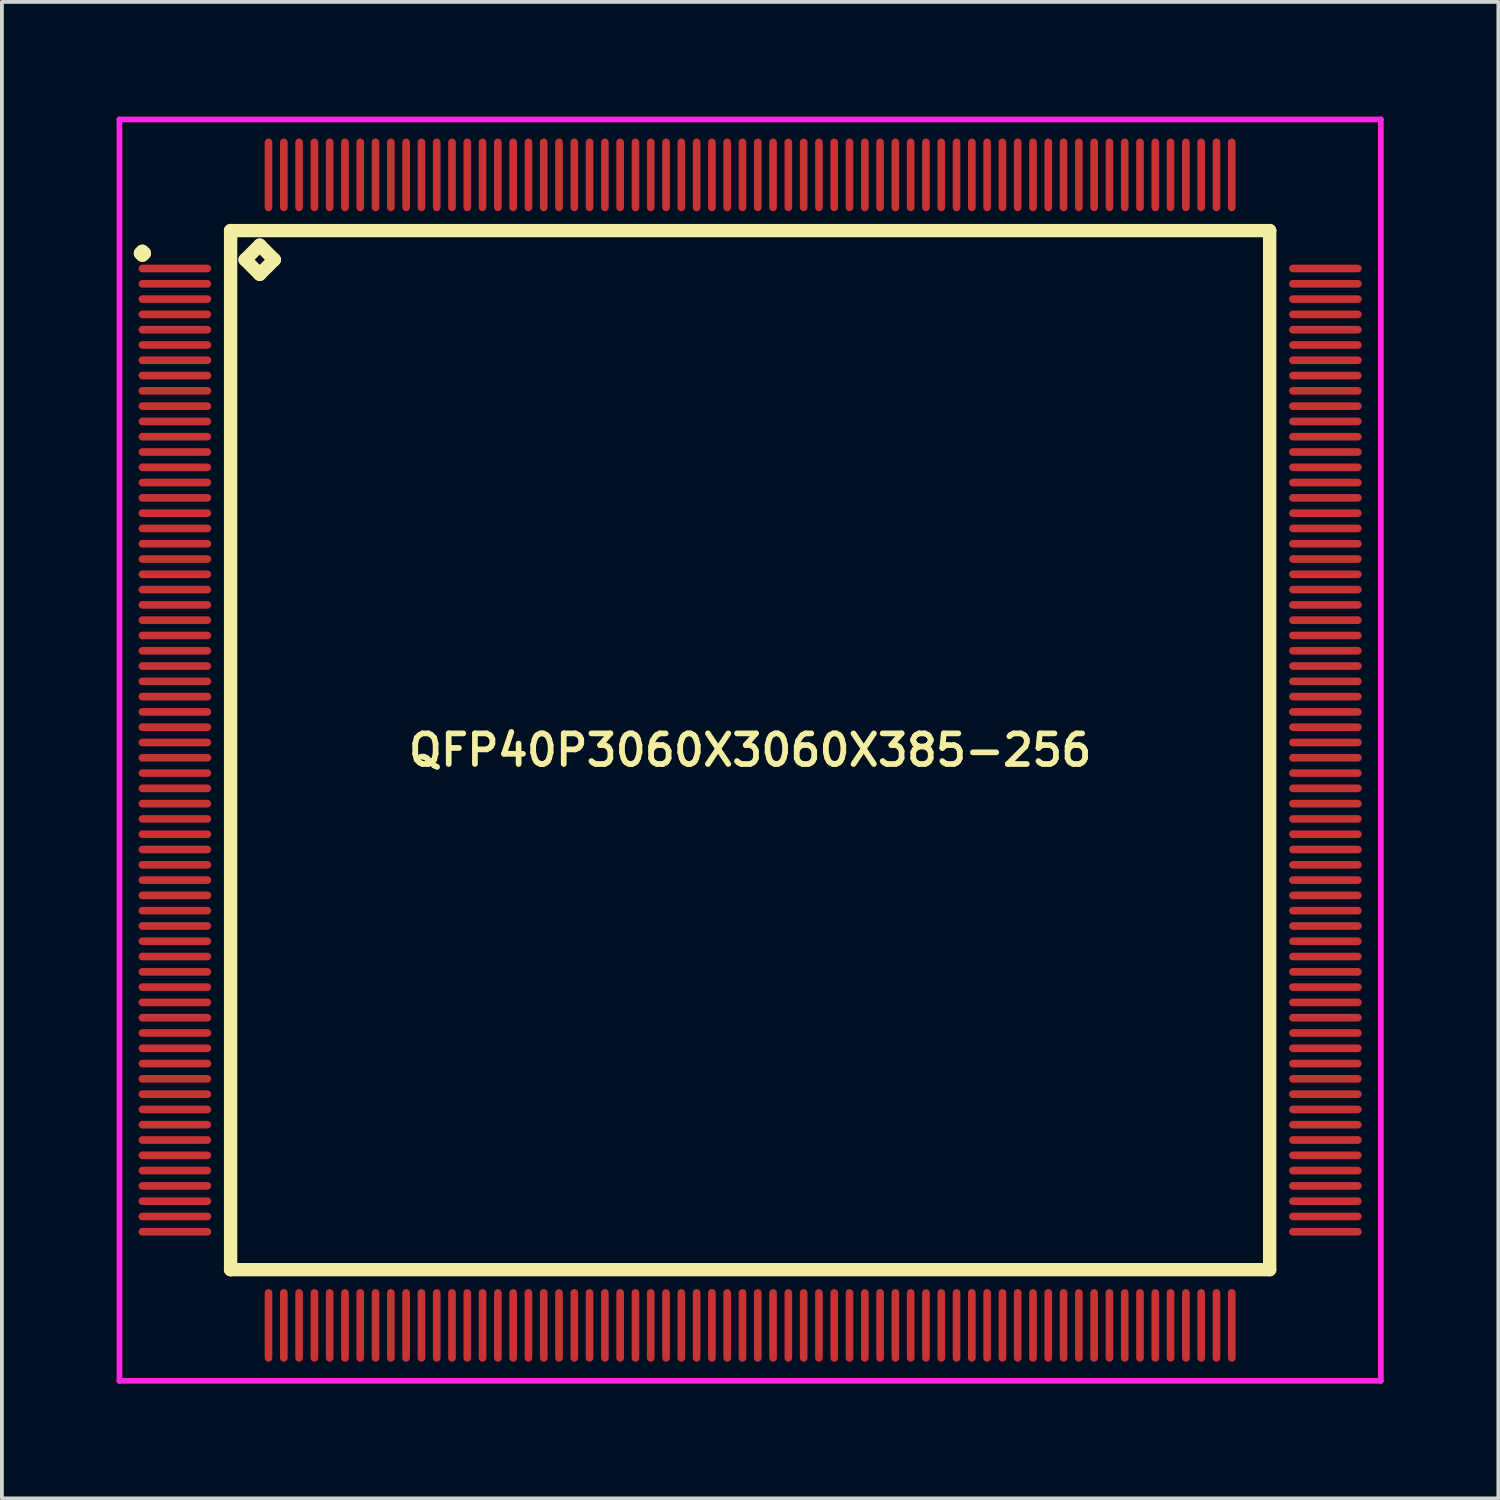
<source format=kicad_pcb>
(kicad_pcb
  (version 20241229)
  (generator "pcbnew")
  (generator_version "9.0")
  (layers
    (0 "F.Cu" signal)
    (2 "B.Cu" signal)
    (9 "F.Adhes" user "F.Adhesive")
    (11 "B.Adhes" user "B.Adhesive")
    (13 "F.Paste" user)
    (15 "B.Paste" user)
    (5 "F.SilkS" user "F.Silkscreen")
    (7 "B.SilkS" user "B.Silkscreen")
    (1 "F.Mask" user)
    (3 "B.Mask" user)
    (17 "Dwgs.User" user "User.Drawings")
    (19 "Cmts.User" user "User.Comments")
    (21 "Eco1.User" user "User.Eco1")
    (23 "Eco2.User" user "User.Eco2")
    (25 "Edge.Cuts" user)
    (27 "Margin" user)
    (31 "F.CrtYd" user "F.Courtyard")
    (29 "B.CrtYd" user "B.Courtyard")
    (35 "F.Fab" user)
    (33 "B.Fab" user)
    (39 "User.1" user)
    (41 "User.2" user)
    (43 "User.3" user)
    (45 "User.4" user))
  (footprint "QFP40P3060X3060X385-256"
    (layer "F.Cu")
    (at 16.575 16.575)
    (property "Reference" "QFP40P3060X3060X385-256" (at 0 0 0) (layer "F.SilkS") (effects (font (size 0.8 0.8) (thickness 0.15))))
    (attr smd)
    (fp_line (start -15.95 -13) (end -15.9 -13.05) (stroke (width 0.35) (type solid)) (layer "F.SilkS"))
    (fp_line (start -15.9 -13.05) (end -15.85 -13) (stroke (width 0.35) (type solid)) (layer "F.SilkS"))
    (fp_line (start -15.9 -12.95) (end -15.95 -13) (stroke (width 0.35) (type solid)) (layer "F.SilkS"))
    (fp_line (start -15.85 -13) (end -15.9 -12.95) (stroke (width 0.35) (type solid)) (layer "F.SilkS"))
    (fp_line (start -13.592 -13.592) (end -13.592 13.592) (stroke (width 0.35) (type solid)) (layer "F.SilkS"))
    (fp_line (start -13.592 13.592) (end 13.592 13.592) (stroke (width 0.35) (type solid)) (layer "F.SilkS"))
    (fp_line (start -13.211 -12.83) (end -12.83 -13.211) (stroke (width 0.35) (type solid)) (layer "F.SilkS"))
    (fp_line (start -12.83 -13.211) (end -12.449 -12.83) (stroke (width 0.35) (type solid)) (layer "F.SilkS"))
    (fp_line (start -12.83 -12.449) (end -13.211 -12.83) (stroke (width 0.35) (type solid)) (layer "F.SilkS"))
    (fp_line (start -12.449 -12.83) (end -12.83 -12.449) (stroke (width 0.35) (type solid)) (layer "F.SilkS"))
    (fp_line (start 13.592 -13.592) (end -13.592 -13.592) (stroke (width 0.35) (type solid)) (layer "F.SilkS"))
    (fp_line (start 13.592 13.592) (end 13.592 -13.592) (stroke (width 0.35) (type solid)) (layer "F.SilkS"))
    (fp_line (start -16.5 -16.5) (end 16.5 -16.5) (stroke (width 0.15) (type solid)) (layer "F.CrtYd"))
    (fp_line (start -16.5 16.5) (end -16.5 -16.5) (stroke (width 0.15) (type solid)) (layer "F.CrtYd"))
    (fp_line (start 16.5 -16.5) (end 16.5 16.5) (stroke (width 0.15) (type solid)) (layer "F.CrtYd"))
    (fp_line (start 16.5 16.5) (end -16.5 16.5) (stroke (width 0.15) (type solid)) (layer "F.CrtYd"))
    (pad "1" smd oval (at -15.05 -12.6) (size 1.9 0.2) (layers "F.Cu" "F.Mask" "F.Paste"))
    (pad "2" smd oval (at -15.05 -12.2) (size 1.9 0.2) (layers "F.Cu" "F.Mask" "F.Paste"))
    (pad "3" smd oval (at -15.05 -11.8) (size 1.9 0.2) (layers "F.Cu" "F.Mask" "F.Paste"))
    (pad "4" smd oval (at -15.05 -11.4) (size 1.9 0.2) (layers "F.Cu" "F.Mask" "F.Paste"))
    (pad "5" smd oval (at -15.05 -11) (size 1.9 0.2) (layers "F.Cu" "F.Mask" "F.Paste"))
    (pad "6" smd oval (at -15.05 -10.6) (size 1.9 0.2) (layers "F.Cu" "F.Mask" "F.Paste"))
    (pad "7" smd oval (at -15.05 -10.2) (size 1.9 0.2) (layers "F.Cu" "F.Mask" "F.Paste"))
    (pad "8" smd oval (at -15.05 -9.8) (size 1.9 0.2) (layers "F.Cu" "F.Mask" "F.Paste"))
    (pad "9" smd oval (at -15.05 -9.4) (size 1.9 0.2) (layers "F.Cu" "F.Mask" "F.Paste"))
    (pad "10" smd oval (at -15.05 -9) (size 1.9 0.2) (layers "F.Cu" "F.Mask" "F.Paste"))
    (pad "11" smd oval (at -15.05 -8.6) (size 1.9 0.2) (layers "F.Cu" "F.Mask" "F.Paste"))
    (pad "12" smd oval (at -15.05 -8.2) (size 1.9 0.2) (layers "F.Cu" "F.Mask" "F.Paste"))
    (pad "13" smd oval (at -15.05 -7.8) (size 1.9 0.2) (layers "F.Cu" "F.Mask" "F.Paste"))
    (pad "14" smd oval (at -15.05 -7.4) (size 1.9 0.2) (layers "F.Cu" "F.Mask" "F.Paste"))
    (pad "15" smd oval (at -15.05 -7) (size 1.9 0.2) (layers "F.Cu" "F.Mask" "F.Paste"))
    (pad "16" smd oval (at -15.05 -6.6) (size 1.9 0.2) (layers "F.Cu" "F.Mask" "F.Paste"))
    (pad "17" smd oval (at -15.05 -6.2) (size 1.9 0.2) (layers "F.Cu" "F.Mask" "F.Paste"))
    (pad "18" smd oval (at -15.05 -5.8) (size 1.9 0.2) (layers "F.Cu" "F.Mask" "F.Paste"))
    (pad "19" smd oval (at -15.05 -5.4) (size 1.9 0.2) (layers "F.Cu" "F.Mask" "F.Paste"))
    (pad "20" smd oval (at -15.05 -5) (size 1.9 0.2) (layers "F.Cu" "F.Mask" "F.Paste"))
    (pad "21" smd oval (at -15.05 -4.6) (size 1.9 0.2) (layers "F.Cu" "F.Mask" "F.Paste"))
    (pad "22" smd oval (at -15.05 -4.2) (size 1.9 0.2) (layers "F.Cu" "F.Mask" "F.Paste"))
    (pad "23" smd oval (at -15.05 -3.8) (size 1.9 0.2) (layers "F.Cu" "F.Mask" "F.Paste"))
    (pad "24" smd oval (at -15.05 -3.4) (size 1.9 0.2) (layers "F.Cu" "F.Mask" "F.Paste"))
    (pad "25" smd oval (at -15.05 -3) (size 1.9 0.2) (layers "F.Cu" "F.Mask" "F.Paste"))
    (pad "26" smd oval (at -15.05 -2.6) (size 1.9 0.2) (layers "F.Cu" "F.Mask" "F.Paste"))
    (pad "27" smd oval (at -15.05 -2.2) (size 1.9 0.2) (layers "F.Cu" "F.Mask" "F.Paste"))
    (pad "28" smd oval (at -15.05 -1.8) (size 1.9 0.2) (layers "F.Cu" "F.Mask" "F.Paste"))
    (pad "29" smd oval (at -15.05 -1.4) (size 1.9 0.2) (layers "F.Cu" "F.Mask" "F.Paste"))
    (pad "30" smd oval (at -15.05 -1) (size 1.9 0.2) (layers "F.Cu" "F.Mask" "F.Paste"))
    (pad "31" smd oval (at -15.05 -0.6) (size 1.9 0.2) (layers "F.Cu" "F.Mask" "F.Paste"))
    (pad "32" smd oval (at -15.05 -0.2) (size 1.9 0.2) (layers "F.Cu" "F.Mask" "F.Paste"))
    (pad "33" smd oval (at -15.05 0.2) (size 1.9 0.2) (layers "F.Cu" "F.Mask" "F.Paste"))
    (pad "34" smd oval (at -15.05 0.6) (size 1.9 0.2) (layers "F.Cu" "F.Mask" "F.Paste"))
    (pad "35" smd oval (at -15.05 1) (size 1.9 0.2) (layers "F.Cu" "F.Mask" "F.Paste"))
    (pad "36" smd oval (at -15.05 1.4) (size 1.9 0.2) (layers "F.Cu" "F.Mask" "F.Paste"))
    (pad "37" smd oval (at -15.05 1.8) (size 1.9 0.2) (layers "F.Cu" "F.Mask" "F.Paste"))
    (pad "38" smd oval (at -15.05 2.2) (size 1.9 0.2) (layers "F.Cu" "F.Mask" "F.Paste"))
    (pad "39" smd oval (at -15.05 2.6) (size 1.9 0.2) (layers "F.Cu" "F.Mask" "F.Paste"))
    (pad "40" smd oval (at -15.05 3) (size 1.9 0.2) (layers "F.Cu" "F.Mask" "F.Paste"))
    (pad "41" smd oval (at -15.05 3.4) (size 1.9 0.2) (layers "F.Cu" "F.Mask" "F.Paste"))
    (pad "42" smd oval (at -15.05 3.8) (size 1.9 0.2) (layers "F.Cu" "F.Mask" "F.Paste"))
    (pad "43" smd oval (at -15.05 4.2) (size 1.9 0.2) (layers "F.Cu" "F.Mask" "F.Paste"))
    (pad "44" smd oval (at -15.05 4.6) (size 1.9 0.2) (layers "F.Cu" "F.Mask" "F.Paste"))
    (pad "45" smd oval (at -15.05 5) (size 1.9 0.2) (layers "F.Cu" "F.Mask" "F.Paste"))
    (pad "46" smd oval (at -15.05 5.4) (size 1.9 0.2) (layers "F.Cu" "F.Mask" "F.Paste"))
    (pad "47" smd oval (at -15.05 5.8) (size 1.9 0.2) (layers "F.Cu" "F.Mask" "F.Paste"))
    (pad "48" smd oval (at -15.05 6.2) (size 1.9 0.2) (layers "F.Cu" "F.Mask" "F.Paste"))
    (pad "49" smd oval (at -15.05 6.6) (size 1.9 0.2) (layers "F.Cu" "F.Mask" "F.Paste"))
    (pad "50" smd oval (at -15.05 7) (size 1.9 0.2) (layers "F.Cu" "F.Mask" "F.Paste"))
    (pad "51" smd oval (at -15.05 7.4) (size 1.9 0.2) (layers "F.Cu" "F.Mask" "F.Paste"))
    (pad "52" smd oval (at -15.05 7.8) (size 1.9 0.2) (layers "F.Cu" "F.Mask" "F.Paste"))
    (pad "53" smd oval (at -15.05 8.2) (size 1.9 0.2) (layers "F.Cu" "F.Mask" "F.Paste"))
    (pad "54" smd oval (at -15.05 8.6) (size 1.9 0.2) (layers "F.Cu" "F.Mask" "F.Paste"))
    (pad "55" smd oval (at -15.05 9) (size 1.9 0.2) (layers "F.Cu" "F.Mask" "F.Paste"))
    (pad "56" smd oval (at -15.05 9.4) (size 1.9 0.2) (layers "F.Cu" "F.Mask" "F.Paste"))
    (pad "57" smd oval (at -15.05 9.8) (size 1.9 0.2) (layers "F.Cu" "F.Mask" "F.Paste"))
    (pad "58" smd oval (at -15.05 10.2) (size 1.9 0.2) (layers "F.Cu" "F.Mask" "F.Paste"))
    (pad "59" smd oval (at -15.05 10.6) (size 1.9 0.2) (layers "F.Cu" "F.Mask" "F.Paste"))
    (pad "60" smd oval (at -15.05 11) (size 1.9 0.2) (layers "F.Cu" "F.Mask" "F.Paste"))
    (pad "61" smd oval (at -15.05 11.4) (size 1.9 0.2) (layers "F.Cu" "F.Mask" "F.Paste"))
    (pad "62" smd oval (at -15.05 11.8) (size 1.9 0.2) (layers "F.Cu" "F.Mask" "F.Paste"))
    (pad "63" smd oval (at -15.05 12.2) (size 1.9 0.2) (layers "F.Cu" "F.Mask" "F.Paste"))
    (pad "64" smd oval (at -15.05 12.6) (size 1.9 0.2) (layers "F.Cu" "F.Mask" "F.Paste"))
    (pad "65" smd oval (at -12.6 15.05) (size 0.2 1.9) (layers "F.Cu" "F.Mask" "F.Paste"))
    (pad "66" smd oval (at -12.2 15.05) (size 0.2 1.9) (layers "F.Cu" "F.Mask" "F.Paste"))
    (pad "67" smd oval (at -11.8 15.05) (size 0.2 1.9) (layers "F.Cu" "F.Mask" "F.Paste"))
    (pad "68" smd oval (at -11.4 15.05) (size 0.2 1.9) (layers "F.Cu" "F.Mask" "F.Paste"))
    (pad "69" smd oval (at -11 15.05) (size 0.2 1.9) (layers "F.Cu" "F.Mask" "F.Paste"))
    (pad "70" smd oval (at -10.6 15.05) (size 0.2 1.9) (layers "F.Cu" "F.Mask" "F.Paste"))
    (pad "71" smd oval (at -10.2 15.05) (size 0.2 1.9) (layers "F.Cu" "F.Mask" "F.Paste"))
    (pad "72" smd oval (at -9.8 15.05) (size 0.2 1.9) (layers "F.Cu" "F.Mask" "F.Paste"))
    (pad "73" smd oval (at -9.4 15.05) (size 0.2 1.9) (layers "F.Cu" "F.Mask" "F.Paste"))
    (pad "74" smd oval (at -9 15.05) (size 0.2 1.9) (layers "F.Cu" "F.Mask" "F.Paste"))
    (pad "75" smd oval (at -8.6 15.05) (size 0.2 1.9) (layers "F.Cu" "F.Mask" "F.Paste"))
    (pad "76" smd oval (at -8.2 15.05) (size 0.2 1.9) (layers "F.Cu" "F.Mask" "F.Paste"))
    (pad "77" smd oval (at -7.8 15.05) (size 0.2 1.9) (layers "F.Cu" "F.Mask" "F.Paste"))
    (pad "78" smd oval (at -7.4 15.05) (size 0.2 1.9) (layers "F.Cu" "F.Mask" "F.Paste"))
    (pad "79" smd oval (at -7 15.05) (size 0.2 1.9) (layers "F.Cu" "F.Mask" "F.Paste"))
    (pad "80" smd oval (at -6.6 15.05) (size 0.2 1.9) (layers "F.Cu" "F.Mask" "F.Paste"))
    (pad "81" smd oval (at -6.2 15.05) (size 0.2 1.9) (layers "F.Cu" "F.Mask" "F.Paste"))
    (pad "82" smd oval (at -5.8 15.05) (size 0.2 1.9) (layers "F.Cu" "F.Mask" "F.Paste"))
    (pad "83" smd oval (at -5.4 15.05) (size 0.2 1.9) (layers "F.Cu" "F.Mask" "F.Paste"))
    (pad "84" smd oval (at -5 15.05) (size 0.2 1.9) (layers "F.Cu" "F.Mask" "F.Paste"))
    (pad "85" smd oval (at -4.6 15.05) (size 0.2 1.9) (layers "F.Cu" "F.Mask" "F.Paste"))
    (pad "86" smd oval (at -4.2 15.05) (size 0.2 1.9) (layers "F.Cu" "F.Mask" "F.Paste"))
    (pad "87" smd oval (at -3.8 15.05) (size 0.2 1.9) (layers "F.Cu" "F.Mask" "F.Paste"))
    (pad "88" smd oval (at -3.4 15.05) (size 0.2 1.9) (layers "F.Cu" "F.Mask" "F.Paste"))
    (pad "89" smd oval (at -3 15.05) (size 0.2 1.9) (layers "F.Cu" "F.Mask" "F.Paste"))
    (pad "90" smd oval (at -2.6 15.05) (size 0.2 1.9) (layers "F.Cu" "F.Mask" "F.Paste"))
    (pad "91" smd oval (at -2.2 15.05) (size 0.2 1.9) (layers "F.Cu" "F.Mask" "F.Paste"))
    (pad "92" smd oval (at -1.8 15.05) (size 0.2 1.9) (layers "F.Cu" "F.Mask" "F.Paste"))
    (pad "93" smd oval (at -1.4 15.05) (size 0.2 1.9) (layers "F.Cu" "F.Mask" "F.Paste"))
    (pad "94" smd oval (at -1 15.05) (size 0.2 1.9) (layers "F.Cu" "F.Mask" "F.Paste"))
    (pad "95" smd oval (at -0.6 15.05) (size 0.2 1.9) (layers "F.Cu" "F.Mask" "F.Paste"))
    (pad "96" smd oval (at -0.2 15.05) (size 0.2 1.9) (layers "F.Cu" "F.Mask" "F.Paste"))
    (pad "97" smd oval (at 0.2 15.05) (size 0.2 1.9) (layers "F.Cu" "F.Mask" "F.Paste"))
    (pad "98" smd oval (at 0.6 15.05) (size 0.2 1.9) (layers "F.Cu" "F.Mask" "F.Paste"))
    (pad "99" smd oval (at 1 15.05) (size 0.2 1.9) (layers "F.Cu" "F.Mask" "F.Paste"))
    (pad "100" smd oval (at 1.4 15.05) (size 0.2 1.9) (layers "F.Cu" "F.Mask" "F.Paste"))
    (pad "101" smd oval (at 1.8 15.05) (size 0.2 1.9) (layers "F.Cu" "F.Mask" "F.Paste"))
    (pad "102" smd oval (at 2.2 15.05) (size 0.2 1.9) (layers "F.Cu" "F.Mask" "F.Paste"))
    (pad "103" smd oval (at 2.6 15.05) (size 0.2 1.9) (layers "F.Cu" "F.Mask" "F.Paste"))
    (pad "104" smd oval (at 3 15.05) (size 0.2 1.9) (layers "F.Cu" "F.Mask" "F.Paste"))
    (pad "105" smd oval (at 3.4 15.05) (size 0.2 1.9) (layers "F.Cu" "F.Mask" "F.Paste"))
    (pad "106" smd oval (at 3.8 15.05) (size 0.2 1.9) (layers "F.Cu" "F.Mask" "F.Paste"))
    (pad "107" smd oval (at 4.2 15.05) (size 0.2 1.9) (layers "F.Cu" "F.Mask" "F.Paste"))
    (pad "108" smd oval (at 4.6 15.05) (size 0.2 1.9) (layers "F.Cu" "F.Mask" "F.Paste"))
    (pad "109" smd oval (at 5 15.05) (size 0.2 1.9) (layers "F.Cu" "F.Mask" "F.Paste"))
    (pad "110" smd oval (at 5.4 15.05) (size 0.2 1.9) (layers "F.Cu" "F.Mask" "F.Paste"))
    (pad "111" smd oval (at 5.8 15.05) (size 0.2 1.9) (layers "F.Cu" "F.Mask" "F.Paste"))
    (pad "112" smd oval (at 6.2 15.05) (size 0.2 1.9) (layers "F.Cu" "F.Mask" "F.Paste"))
    (pad "113" smd oval (at 6.6 15.05) (size 0.2 1.9) (layers "F.Cu" "F.Mask" "F.Paste"))
    (pad "114" smd oval (at 7 15.05) (size 0.2 1.9) (layers "F.Cu" "F.Mask" "F.Paste"))
    (pad "115" smd oval (at 7.4 15.05) (size 0.2 1.9) (layers "F.Cu" "F.Mask" "F.Paste"))
    (pad "116" smd oval (at 7.8 15.05) (size 0.2 1.9) (layers "F.Cu" "F.Mask" "F.Paste"))
    (pad "117" smd oval (at 8.2 15.05) (size 0.2 1.9) (layers "F.Cu" "F.Mask" "F.Paste"))
    (pad "118" smd oval (at 8.6 15.05) (size 0.2 1.9) (layers "F.Cu" "F.Mask" "F.Paste"))
    (pad "119" smd oval (at 9 15.05) (size 0.2 1.9) (layers "F.Cu" "F.Mask" "F.Paste"))
    (pad "120" smd oval (at 9.4 15.05) (size 0.2 1.9) (layers "F.Cu" "F.Mask" "F.Paste"))
    (pad "121" smd oval (at 9.8 15.05) (size 0.2 1.9) (layers "F.Cu" "F.Mask" "F.Paste"))
    (pad "122" smd oval (at 10.2 15.05) (size 0.2 1.9) (layers "F.Cu" "F.Mask" "F.Paste"))
    (pad "123" smd oval (at 10.6 15.05) (size 0.2 1.9) (layers "F.Cu" "F.Mask" "F.Paste"))
    (pad "124" smd oval (at 11 15.05) (size 0.2 1.9) (layers "F.Cu" "F.Mask" "F.Paste"))
    (pad "125" smd oval (at 11.4 15.05) (size 0.2 1.9) (layers "F.Cu" "F.Mask" "F.Paste"))
    (pad "126" smd oval (at 11.8 15.05) (size 0.2 1.9) (layers "F.Cu" "F.Mask" "F.Paste"))
    (pad "127" smd oval (at 12.2 15.05) (size 0.2 1.9) (layers "F.Cu" "F.Mask" "F.Paste"))
    (pad "128" smd oval (at 12.6 15.05) (size 0.2 1.9) (layers "F.Cu" "F.Mask" "F.Paste"))
    (pad "129" smd oval (at 15.05 12.6) (size 1.9 0.2) (layers "F.Cu" "F.Mask" "F.Paste"))
    (pad "130" smd oval (at 15.05 12.2) (size 1.9 0.2) (layers "F.Cu" "F.Mask" "F.Paste"))
    (pad "131" smd oval (at 15.05 11.8) (size 1.9 0.2) (layers "F.Cu" "F.Mask" "F.Paste"))
    (pad "132" smd oval (at 15.05 11.4) (size 1.9 0.2) (layers "F.Cu" "F.Mask" "F.Paste"))
    (pad "133" smd oval (at 15.05 11) (size 1.9 0.2) (layers "F.Cu" "F.Mask" "F.Paste"))
    (pad "134" smd oval (at 15.05 10.6) (size 1.9 0.2) (layers "F.Cu" "F.Mask" "F.Paste"))
    (pad "135" smd oval (at 15.05 10.2) (size 1.9 0.2) (layers "F.Cu" "F.Mask" "F.Paste"))
    (pad "136" smd oval (at 15.05 9.8) (size 1.9 0.2) (layers "F.Cu" "F.Mask" "F.Paste"))
    (pad "137" smd oval (at 15.05 9.4) (size 1.9 0.2) (layers "F.Cu" "F.Mask" "F.Paste"))
    (pad "138" smd oval (at 15.05 9) (size 1.9 0.2) (layers "F.Cu" "F.Mask" "F.Paste"))
    (pad "139" smd oval (at 15.05 8.6) (size 1.9 0.2) (layers "F.Cu" "F.Mask" "F.Paste"))
    (pad "140" smd oval (at 15.05 8.2) (size 1.9 0.2) (layers "F.Cu" "F.Mask" "F.Paste"))
    (pad "141" smd oval (at 15.05 7.8) (size 1.9 0.2) (layers "F.Cu" "F.Mask" "F.Paste"))
    (pad "142" smd oval (at 15.05 7.4) (size 1.9 0.2) (layers "F.Cu" "F.Mask" "F.Paste"))
    (pad "143" smd oval (at 15.05 7) (size 1.9 0.2) (layers "F.Cu" "F.Mask" "F.Paste"))
    (pad "144" smd oval (at 15.05 6.6) (size 1.9 0.2) (layers "F.Cu" "F.Mask" "F.Paste"))
    (pad "145" smd oval (at 15.05 6.2) (size 1.9 0.2) (layers "F.Cu" "F.Mask" "F.Paste"))
    (pad "146" smd oval (at 15.05 5.8) (size 1.9 0.2) (layers "F.Cu" "F.Mask" "F.Paste"))
    (pad "147" smd oval (at 15.05 5.4) (size 1.9 0.2) (layers "F.Cu" "F.Mask" "F.Paste"))
    (pad "148" smd oval (at 15.05 5) (size 1.9 0.2) (layers "F.Cu" "F.Mask" "F.Paste"))
    (pad "149" smd oval (at 15.05 4.6) (size 1.9 0.2) (layers "F.Cu" "F.Mask" "F.Paste"))
    (pad "150" smd oval (at 15.05 4.2) (size 1.9 0.2) (layers "F.Cu" "F.Mask" "F.Paste"))
    (pad "151" smd oval (at 15.05 3.8) (size 1.9 0.2) (layers "F.Cu" "F.Mask" "F.Paste"))
    (pad "152" smd oval (at 15.05 3.4) (size 1.9 0.2) (layers "F.Cu" "F.Mask" "F.Paste"))
    (pad "153" smd oval (at 15.05 3) (size 1.9 0.2) (layers "F.Cu" "F.Mask" "F.Paste"))
    (pad "154" smd oval (at 15.05 2.6) (size 1.9 0.2) (layers "F.Cu" "F.Mask" "F.Paste"))
    (pad "155" smd oval (at 15.05 2.2) (size 1.9 0.2) (layers "F.Cu" "F.Mask" "F.Paste"))
    (pad "156" smd oval (at 15.05 1.8) (size 1.9 0.2) (layers "F.Cu" "F.Mask" "F.Paste"))
    (pad "157" smd oval (at 15.05 1.4) (size 1.9 0.2) (layers "F.Cu" "F.Mask" "F.Paste"))
    (pad "158" smd oval (at 15.05 1) (size 1.9 0.2) (layers "F.Cu" "F.Mask" "F.Paste"))
    (pad "159" smd oval (at 15.05 0.6) (size 1.9 0.2) (layers "F.Cu" "F.Mask" "F.Paste"))
    (pad "160" smd oval (at 15.05 0.2) (size 1.9 0.2) (layers "F.Cu" "F.Mask" "F.Paste"))
    (pad "161" smd oval (at 15.05 -0.2) (size 1.9 0.2) (layers "F.Cu" "F.Mask" "F.Paste"))
    (pad "162" smd oval (at 15.05 -0.6) (size 1.9 0.2) (layers "F.Cu" "F.Mask" "F.Paste"))
    (pad "163" smd oval (at 15.05 -1) (size 1.9 0.2) (layers "F.Cu" "F.Mask" "F.Paste"))
    (pad "164" smd oval (at 15.05 -1.4) (size 1.9 0.2) (layers "F.Cu" "F.Mask" "F.Paste"))
    (pad "165" smd oval (at 15.05 -1.8) (size 1.9 0.2) (layers "F.Cu" "F.Mask" "F.Paste"))
    (pad "166" smd oval (at 15.05 -2.2) (size 1.9 0.2) (layers "F.Cu" "F.Mask" "F.Paste"))
    (pad "167" smd oval (at 15.05 -2.6) (size 1.9 0.2) (layers "F.Cu" "F.Mask" "F.Paste"))
    (pad "168" smd oval (at 15.05 -3) (size 1.9 0.2) (layers "F.Cu" "F.Mask" "F.Paste"))
    (pad "169" smd oval (at 15.05 -3.4) (size 1.9 0.2) (layers "F.Cu" "F.Mask" "F.Paste"))
    (pad "170" smd oval (at 15.05 -3.8) (size 1.9 0.2) (layers "F.Cu" "F.Mask" "F.Paste"))
    (pad "171" smd oval (at 15.05 -4.2) (size 1.9 0.2) (layers "F.Cu" "F.Mask" "F.Paste"))
    (pad "172" smd oval (at 15.05 -4.6) (size 1.9 0.2) (layers "F.Cu" "F.Mask" "F.Paste"))
    (pad "173" smd oval (at 15.05 -5) (size 1.9 0.2) (layers "F.Cu" "F.Mask" "F.Paste"))
    (pad "174" smd oval (at 15.05 -5.4) (size 1.9 0.2) (layers "F.Cu" "F.Mask" "F.Paste"))
    (pad "175" smd oval (at 15.05 -5.8) (size 1.9 0.2) (layers "F.Cu" "F.Mask" "F.Paste"))
    (pad "176" smd oval (at 15.05 -6.2) (size 1.9 0.2) (layers "F.Cu" "F.Mask" "F.Paste"))
    (pad "177" smd oval (at 15.05 -6.6) (size 1.9 0.2) (layers "F.Cu" "F.Mask" "F.Paste"))
    (pad "178" smd oval (at 15.05 -7) (size 1.9 0.2) (layers "F.Cu" "F.Mask" "F.Paste"))
    (pad "179" smd oval (at 15.05 -7.4) (size 1.9 0.2) (layers "F.Cu" "F.Mask" "F.Paste"))
    (pad "180" smd oval (at 15.05 -7.8) (size 1.9 0.2) (layers "F.Cu" "F.Mask" "F.Paste"))
    (pad "181" smd oval (at 15.05 -8.2) (size 1.9 0.2) (layers "F.Cu" "F.Mask" "F.Paste"))
    (pad "182" smd oval (at 15.05 -8.6) (size 1.9 0.2) (layers "F.Cu" "F.Mask" "F.Paste"))
    (pad "183" smd oval (at 15.05 -9) (size 1.9 0.2) (layers "F.Cu" "F.Mask" "F.Paste"))
    (pad "184" smd oval (at 15.05 -9.4) (size 1.9 0.2) (layers "F.Cu" "F.Mask" "F.Paste"))
    (pad "185" smd oval (at 15.05 -9.8) (size 1.9 0.2) (layers "F.Cu" "F.Mask" "F.Paste"))
    (pad "186" smd oval (at 15.05 -10.2) (size 1.9 0.2) (layers "F.Cu" "F.Mask" "F.Paste"))
    (pad "187" smd oval (at 15.05 -10.6) (size 1.9 0.2) (layers "F.Cu" "F.Mask" "F.Paste"))
    (pad "188" smd oval (at 15.05 -11) (size 1.9 0.2) (layers "F.Cu" "F.Mask" "F.Paste"))
    (pad "189" smd oval (at 15.05 -11.4) (size 1.9 0.2) (layers "F.Cu" "F.Mask" "F.Paste"))
    (pad "190" smd oval (at 15.05 -11.8) (size 1.9 0.2) (layers "F.Cu" "F.Mask" "F.Paste"))
    (pad "191" smd oval (at 15.05 -12.2) (size 1.9 0.2) (layers "F.Cu" "F.Mask" "F.Paste"))
    (pad "192" smd oval (at 15.05 -12.6) (size 1.9 0.2) (layers "F.Cu" "F.Mask" "F.Paste"))
    (pad "193" smd oval (at 12.6 -15.05) (size 0.2 1.9) (layers "F.Cu" "F.Mask" "F.Paste"))
    (pad "194" smd oval (at 12.2 -15.05) (size 0.2 1.9) (layers "F.Cu" "F.Mask" "F.Paste"))
    (pad "195" smd oval (at 11.8 -15.05) (size 0.2 1.9) (layers "F.Cu" "F.Mask" "F.Paste"))
    (pad "196" smd oval (at 11.4 -15.05) (size 0.2 1.9) (layers "F.Cu" "F.Mask" "F.Paste"))
    (pad "197" smd oval (at 11 -15.05) (size 0.2 1.9) (layers "F.Cu" "F.Mask" "F.Paste"))
    (pad "198" smd oval (at 10.6 -15.05) (size 0.2 1.9) (layers "F.Cu" "F.Mask" "F.Paste"))
    (pad "199" smd oval (at 10.2 -15.05) (size 0.2 1.9) (layers "F.Cu" "F.Mask" "F.Paste"))
    (pad "200" smd oval (at 9.8 -15.05) (size 0.2 1.9) (layers "F.Cu" "F.Mask" "F.Paste"))
    (pad "201" smd oval (at 9.4 -15.05) (size 0.2 1.9) (layers "F.Cu" "F.Mask" "F.Paste"))
    (pad "202" smd oval (at 9 -15.05) (size 0.2 1.9) (layers "F.Cu" "F.Mask" "F.Paste"))
    (pad "203" smd oval (at 8.6 -15.05) (size 0.2 1.9) (layers "F.Cu" "F.Mask" "F.Paste"))
    (pad "204" smd oval (at 8.2 -15.05) (size 0.2 1.9) (layers "F.Cu" "F.Mask" "F.Paste"))
    (pad "205" smd oval (at 7.8 -15.05) (size 0.2 1.9) (layers "F.Cu" "F.Mask" "F.Paste"))
    (pad "206" smd oval (at 7.4 -15.05) (size 0.2 1.9) (layers "F.Cu" "F.Mask" "F.Paste"))
    (pad "207" smd oval (at 7 -15.05) (size 0.2 1.9) (layers "F.Cu" "F.Mask" "F.Paste"))
    (pad "208" smd oval (at 6.6 -15.05) (size 0.2 1.9) (layers "F.Cu" "F.Mask" "F.Paste"))
    (pad "209" smd oval (at 6.2 -15.05) (size 0.2 1.9) (layers "F.Cu" "F.Mask" "F.Paste"))
    (pad "210" smd oval (at 5.8 -15.05) (size 0.2 1.9) (layers "F.Cu" "F.Mask" "F.Paste"))
    (pad "211" smd oval (at 5.4 -15.05) (size 0.2 1.9) (layers "F.Cu" "F.Mask" "F.Paste"))
    (pad "212" smd oval (at 5 -15.05) (size 0.2 1.9) (layers "F.Cu" "F.Mask" "F.Paste"))
    (pad "213" smd oval (at 4.6 -15.05) (size 0.2 1.9) (layers "F.Cu" "F.Mask" "F.Paste"))
    (pad "214" smd oval (at 4.2 -15.05) (size 0.2 1.9) (layers "F.Cu" "F.Mask" "F.Paste"))
    (pad "215" smd oval (at 3.8 -15.05) (size 0.2 1.9) (layers "F.Cu" "F.Mask" "F.Paste"))
    (pad "216" smd oval (at 3.4 -15.05) (size 0.2 1.9) (layers "F.Cu" "F.Mask" "F.Paste"))
    (pad "217" smd oval (at 3 -15.05) (size 0.2 1.9) (layers "F.Cu" "F.Mask" "F.Paste"))
    (pad "218" smd oval (at 2.6 -15.05) (size 0.2 1.9) (layers "F.Cu" "F.Mask" "F.Paste"))
    (pad "219" smd oval (at 2.2 -15.05) (size 0.2 1.9) (layers "F.Cu" "F.Mask" "F.Paste"))
    (pad "220" smd oval (at 1.8 -15.05) (size 0.2 1.9) (layers "F.Cu" "F.Mask" "F.Paste"))
    (pad "221" smd oval (at 1.4 -15.05) (size 0.2 1.9) (layers "F.Cu" "F.Mask" "F.Paste"))
    (pad "222" smd oval (at 1 -15.05) (size 0.2 1.9) (layers "F.Cu" "F.Mask" "F.Paste"))
    (pad "223" smd oval (at 0.6 -15.05) (size 0.2 1.9) (layers "F.Cu" "F.Mask" "F.Paste"))
    (pad "224" smd oval (at 0.2 -15.05) (size 0.2 1.9) (layers "F.Cu" "F.Mask" "F.Paste"))
    (pad "225" smd oval (at -0.2 -15.05) (size 0.2 1.9) (layers "F.Cu" "F.Mask" "F.Paste"))
    (pad "226" smd oval (at -0.6 -15.05) (size 0.2 1.9) (layers "F.Cu" "F.Mask" "F.Paste"))
    (pad "227" smd oval (at -1 -15.05) (size 0.2 1.9) (layers "F.Cu" "F.Mask" "F.Paste"))
    (pad "228" smd oval (at -1.4 -15.05) (size 0.2 1.9) (layers "F.Cu" "F.Mask" "F.Paste"))
    (pad "229" smd oval (at -1.8 -15.05) (size 0.2 1.9) (layers "F.Cu" "F.Mask" "F.Paste"))
    (pad "230" smd oval (at -2.2 -15.05) (size 0.2 1.9) (layers "F.Cu" "F.Mask" "F.Paste"))
    (pad "231" smd oval (at -2.6 -15.05) (size 0.2 1.9) (layers "F.Cu" "F.Mask" "F.Paste"))
    (pad "232" smd oval (at -3 -15.05) (size 0.2 1.9) (layers "F.Cu" "F.Mask" "F.Paste"))
    (pad "233" smd oval (at -3.4 -15.05) (size 0.2 1.9) (layers "F.Cu" "F.Mask" "F.Paste"))
    (pad "234" smd oval (at -3.8 -15.05) (size 0.2 1.9) (layers "F.Cu" "F.Mask" "F.Paste"))
    (pad "235" smd oval (at -4.2 -15.05) (size 0.2 1.9) (layers "F.Cu" "F.Mask" "F.Paste"))
    (pad "236" smd oval (at -4.6 -15.05) (size 0.2 1.9) (layers "F.Cu" "F.Mask" "F.Paste"))
    (pad "237" smd oval (at -5 -15.05) (size 0.2 1.9) (layers "F.Cu" "F.Mask" "F.Paste"))
    (pad "238" smd oval (at -5.4 -15.05) (size 0.2 1.9) (layers "F.Cu" "F.Mask" "F.Paste"))
    (pad "239" smd oval (at -5.8 -15.05) (size 0.2 1.9) (layers "F.Cu" "F.Mask" "F.Paste"))
    (pad "240" smd oval (at -6.2 -15.05) (size 0.2 1.9) (layers "F.Cu" "F.Mask" "F.Paste"))
    (pad "241" smd oval (at -6.6 -15.05) (size 0.2 1.9) (layers "F.Cu" "F.Mask" "F.Paste"))
    (pad "242" smd oval (at -7 -15.05) (size 0.2 1.9) (layers "F.Cu" "F.Mask" "F.Paste"))
    (pad "243" smd oval (at -7.4 -15.05) (size 0.2 1.9) (layers "F.Cu" "F.Mask" "F.Paste"))
    (pad "244" smd oval (at -7.8 -15.05) (size 0.2 1.9) (layers "F.Cu" "F.Mask" "F.Paste"))
    (pad "245" smd oval (at -8.2 -15.05) (size 0.2 1.9) (layers "F.Cu" "F.Mask" "F.Paste"))
    (pad "246" smd oval (at -8.6 -15.05) (size 0.2 1.9) (layers "F.Cu" "F.Mask" "F.Paste"))
    (pad "247" smd oval (at -9 -15.05) (size 0.2 1.9) (layers "F.Cu" "F.Mask" "F.Paste"))
    (pad "248" smd oval (at -9.4 -15.05) (size 0.2 1.9) (layers "F.Cu" "F.Mask" "F.Paste"))
    (pad "249" smd oval (at -9.8 -15.05) (size 0.2 1.9) (layers "F.Cu" "F.Mask" "F.Paste"))
    (pad "250" smd oval (at -10.2 -15.05) (size 0.2 1.9) (layers "F.Cu" "F.Mask" "F.Paste"))
    (pad "251" smd oval (at -10.6 -15.05) (size 0.2 1.9) (layers "F.Cu" "F.Mask" "F.Paste"))
    (pad "252" smd oval (at -11 -15.05) (size 0.2 1.9) (layers "F.Cu" "F.Mask" "F.Paste"))
    (pad "253" smd oval (at -11.4 -15.05) (size 0.2 1.9) (layers "F.Cu" "F.Mask" "F.Paste"))
    (pad "254" smd oval (at -11.8 -15.05) (size 0.2 1.9) (layers "F.Cu" "F.Mask" "F.Paste"))
    (pad "255" smd oval (at -12.2 -15.05) (size 0.2 1.9) (layers "F.Cu" "F.Mask" "F.Paste"))
    (pad "256" smd oval (at -12.6 -15.05) (size 0.2 1.9) (layers "F.Cu" "F.Mask" "F.Paste")))
  (gr_rect
    (start -3 -3)
    (end 36.15 36.15)
    (stroke (width 0.1) (type default))
    (fill no)
    (layer "Edge.Cuts")))
</source>
